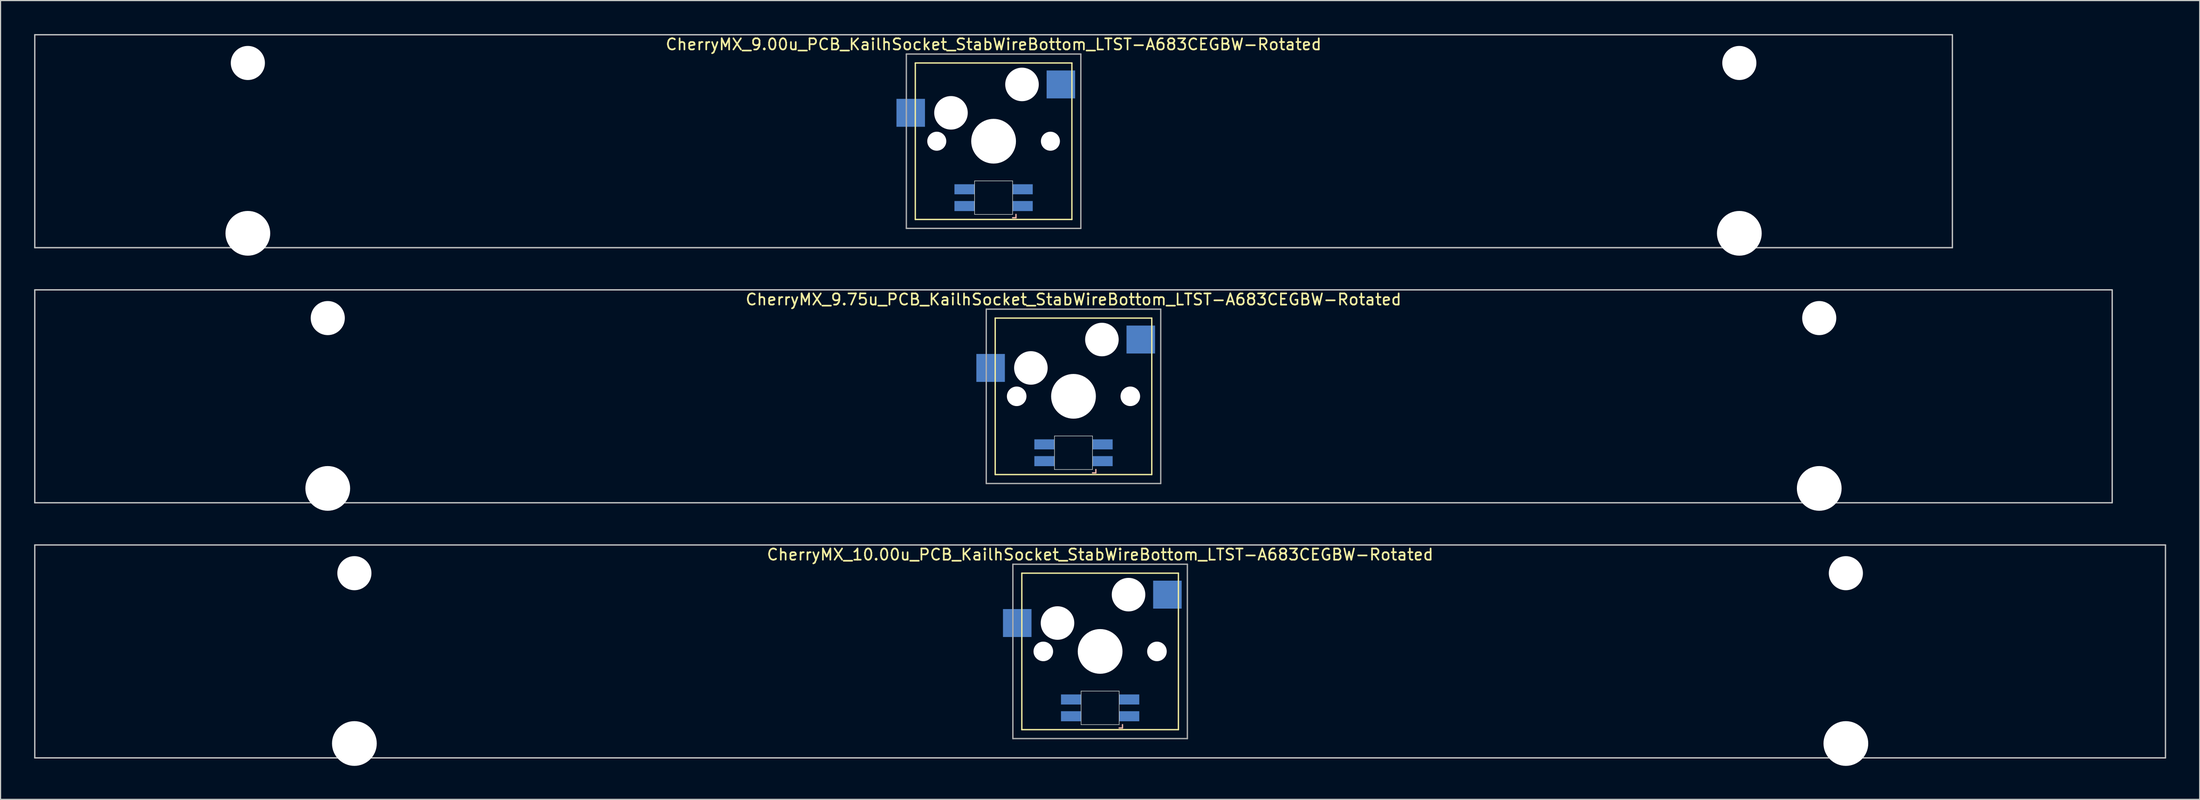
<source format=kicad_pcb>
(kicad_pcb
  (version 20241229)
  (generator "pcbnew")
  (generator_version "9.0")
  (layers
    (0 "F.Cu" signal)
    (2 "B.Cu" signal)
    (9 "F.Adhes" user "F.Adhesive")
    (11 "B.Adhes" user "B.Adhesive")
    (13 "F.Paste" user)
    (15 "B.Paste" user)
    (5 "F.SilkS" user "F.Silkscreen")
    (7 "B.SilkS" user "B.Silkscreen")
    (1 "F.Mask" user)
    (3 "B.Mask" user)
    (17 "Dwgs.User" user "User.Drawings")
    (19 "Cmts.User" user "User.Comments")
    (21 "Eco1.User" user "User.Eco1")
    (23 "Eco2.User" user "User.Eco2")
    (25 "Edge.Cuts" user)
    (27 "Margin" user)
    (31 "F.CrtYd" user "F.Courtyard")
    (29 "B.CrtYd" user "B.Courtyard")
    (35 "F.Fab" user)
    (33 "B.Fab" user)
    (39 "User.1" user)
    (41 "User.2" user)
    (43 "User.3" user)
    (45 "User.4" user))
  (footprint "CherryMX_9.75u_PCB_KailhSocket_StabWireBottom_LTST-A683CEGBW-Rotated"
    (layer "F.Cu")
    (at 92.929 32.41)
    (property "Reference" "CherryMX_9.75u_PCB_KailhSocket_StabWireBottom_LTST-A683CEGBW-Rotated" (at 0 -8.662 0) (layer "F.SilkS") (effects (font (size 1 1) (thickness 0.15))))
    (attr through_hole)
    (fp_line (start -7 -7) (end -7 7) (stroke (width 0.12) (type solid)) (layer "F.SilkS"))
    (fp_line (start -7 -7) (end 7 -7) (stroke (width 0.12) (type solid)) (layer "F.SilkS"))
    (fp_line (start 7 -7) (end 7 7) (stroke (width 0.12) (type solid)) (layer "F.SilkS"))
    (fp_line (start 7 7) (end -7 7) (stroke (width 0.12) (type solid)) (layer "F.SilkS"))
    (fp_line (start 1.7 6.85) (end 2 6.85) (stroke (width 0.12) (type solid)) (layer "B.SilkS"))
    (fp_line (start 2 6.85) (end 2 6.55) (stroke (width 0.12) (type solid)) (layer "B.SilkS"))
    (fp_line (start -92.869 -9.525) (end 92.869 -9.525) (stroke (width 0.12) (type solid)) (layer "Dwgs.User"))
    (fp_line (start -92.869 9.525) (end -92.869 -9.525) (stroke (width 0.12) (type solid)) (layer "Dwgs.User"))
    (fp_line (start 92.869 -9.525) (end 92.869 9.525) (stroke (width 0.12) (type solid)) (layer "Dwgs.User"))
    (fp_line (start 92.869 9.525) (end -92.869 9.525) (stroke (width 0.12) (type solid)) (layer "Dwgs.User"))
    (fp_line (start -1.7 3.55) (end 1.7 3.55) (stroke (width 0.05) (type solid)) (layer "Edge.Cuts"))
    (fp_line (start -1.7 6.55) (end -1.7 3.55) (stroke (width 0.05) (type solid)) (layer "Edge.Cuts"))
    (fp_line (start 1.7 3.55) (end 1.7 6.55) (stroke (width 0.05) (type solid)) (layer "Edge.Cuts"))
    (fp_line (start 1.7 6.55) (end -1.7 6.55) (stroke (width 0.05) (type solid)) (layer "Edge.Cuts"))
    (fp_line (start -7.8 -7.8) (end -7.8 7.8) (stroke (width 0.12) (type solid)) (layer "F.Fab"))
    (fp_line (start -7.8 -7.8) (end 7.8 -7.8) (stroke (width 0.12) (type solid)) (layer "F.Fab"))
    (fp_line (start -7.8 7.8) (end 7.8 7.8) (stroke (width 0.12) (type solid)) (layer "F.Fab"))
    (fp_line (start 7.8 -7.8) (end 7.8 7.8) (stroke (width 0.12) (type solid)) (layer "F.Fab"))
    (pad "" np_thru_hole circle (at -66.675 -7) (size 3.05 3.05) (drill 3.05) (layers "*.Cu" "*.Mask"))
    (pad "" np_thru_hole circle (at -66.675 8.24) (size 4 4) (drill 4) (layers "*.Cu" "*.Mask"))
    (pad "" np_thru_hole circle (at -5.08 0) (size 1.75 1.75) (drill 1.75) (layers "*.Cu" "*.Mask"))
    (pad "" np_thru_hole circle (at -3.81 -2.54) (size 3 3) (drill 3) (layers "*.Cu" "*.Mask"))
    (pad "" np_thru_hole circle (at 0 0) (size 4 4) (drill 4) (layers "*.Cu" "*.Mask"))
    (pad "" np_thru_hole circle (at 2.54 -5.08) (size 3 3) (drill 3) (layers "*.Cu" "*.Mask"))
    (pad "" np_thru_hole circle (at 5.08 0) (size 1.75 1.75) (drill 1.75) (layers "*.Cu" "*.Mask"))
    (pad "" np_thru_hole circle (at 66.675 -7) (size 3.05 3.05) (drill 3.05) (layers "*.Cu" "*.Mask"))
    (pad "" np_thru_hole circle (at 66.675 8.24) (size 4 4) (drill 4) (layers "*.Cu" "*.Mask"))
    (pad "1" smd rect (at -7.41 -2.54) (size 2.55 2.5) (layers "B.Cu" "B.Mask" "B.Paste"))
    (pad "2" smd rect (at 6.015 -5.08) (size 2.55 2.5) (layers "B.Cu" "B.Mask" "B.Paste"))
    (pad "3" smd rect (at 2.6 5.8 180) (size 1.8 0.9) (layers "B.Cu" "B.Mask" "B.Paste"))
    (pad "4" smd rect (at 2.6 4.3 180) (size 1.8 0.9) (layers "B.Cu" "B.Mask" "B.Paste"))
    (pad "5" smd rect (at -2.6 5.8 180) (size 1.8 0.9) (layers "B.Cu" "B.Mask" "B.Paste"))
    (pad "6" smd rect (at -2.6 4.3 180) (size 1.8 0.9) (layers "B.Cu" "B.Mask" "B.Paste")))
  (footprint "CherryMX_10.00u_PCB_KailhSocket_StabWireBottom_LTST-A683CEGBW-Rotated"
    (layer "F.Cu")
    (at 95.31 55.235)
    (property "Reference" "CherryMX_10.00u_PCB_KailhSocket_StabWireBottom_LTST-A683CEGBW-Rotated" (at 0 -8.662 0) (layer "F.SilkS") (effects (font (size 1 1) (thickness 0.15))))
    (attr through_hole)
    (fp_line (start -7 -7) (end -7 7) (stroke (width 0.12) (type solid)) (layer "F.SilkS"))
    (fp_line (start -7 -7) (end 7 -7) (stroke (width 0.12) (type solid)) (layer "F.SilkS"))
    (fp_line (start 7 -7) (end 7 7) (stroke (width 0.12) (type solid)) (layer "F.SilkS"))
    (fp_line (start 7 7) (end -7 7) (stroke (width 0.12) (type solid)) (layer "F.SilkS"))
    (fp_line (start 1.7 6.85) (end 2 6.85) (stroke (width 0.12) (type solid)) (layer "B.SilkS"))
    (fp_line (start 2 6.85) (end 2 6.55) (stroke (width 0.12) (type solid)) (layer "B.SilkS"))
    (fp_line (start -95.25 -9.525) (end 95.25 -9.525) (stroke (width 0.12) (type solid)) (layer "Dwgs.User"))
    (fp_line (start -95.25 9.525) (end -95.25 -9.525) (stroke (width 0.12) (type solid)) (layer "Dwgs.User"))
    (fp_line (start 95.25 -9.525) (end 95.25 9.525) (stroke (width 0.12) (type solid)) (layer "Dwgs.User"))
    (fp_line (start 95.25 9.525) (end -95.25 9.525) (stroke (width 0.12) (type solid)) (layer "Dwgs.User"))
    (fp_line (start -1.7 3.55) (end 1.7 3.55) (stroke (width 0.05) (type solid)) (layer "Edge.Cuts"))
    (fp_line (start -1.7 6.55) (end -1.7 3.55) (stroke (width 0.05) (type solid)) (layer "Edge.Cuts"))
    (fp_line (start 1.7 3.55) (end 1.7 6.55) (stroke (width 0.05) (type solid)) (layer "Edge.Cuts"))
    (fp_line (start 1.7 6.55) (end -1.7 6.55) (stroke (width 0.05) (type solid)) (layer "Edge.Cuts"))
    (fp_line (start -7.8 -7.8) (end -7.8 7.8) (stroke (width 0.12) (type solid)) (layer "F.Fab"))
    (fp_line (start -7.8 -7.8) (end 7.8 -7.8) (stroke (width 0.12) (type solid)) (layer "F.Fab"))
    (fp_line (start -7.8 7.8) (end 7.8 7.8) (stroke (width 0.12) (type solid)) (layer "F.Fab"))
    (fp_line (start 7.8 -7.8) (end 7.8 7.8) (stroke (width 0.12) (type solid)) (layer "F.Fab"))
    (pad "" np_thru_hole circle (at -66.675 -7) (size 3.05 3.05) (drill 3.05) (layers "*.Cu" "*.Mask"))
    (pad "" np_thru_hole circle (at -66.675 8.24) (size 4 4) (drill 4) (layers "*.Cu" "*.Mask"))
    (pad "" np_thru_hole circle (at -5.08 0) (size 1.75 1.75) (drill 1.75) (layers "*.Cu" "*.Mask"))
    (pad "" np_thru_hole circle (at -3.81 -2.54) (size 3 3) (drill 3) (layers "*.Cu" "*.Mask"))
    (pad "" np_thru_hole circle (at 0 0) (size 4 4) (drill 4) (layers "*.Cu" "*.Mask"))
    (pad "" np_thru_hole circle (at 2.54 -5.08) (size 3 3) (drill 3) (layers "*.Cu" "*.Mask"))
    (pad "" np_thru_hole circle (at 5.08 0) (size 1.75 1.75) (drill 1.75) (layers "*.Cu" "*.Mask"))
    (pad "" np_thru_hole circle (at 66.675 -7) (size 3.05 3.05) (drill 3.05) (layers "*.Cu" "*.Mask"))
    (pad "" np_thru_hole circle (at 66.675 8.24) (size 4 4) (drill 4) (layers "*.Cu" "*.Mask"))
    (pad "1" smd rect (at -7.41 -2.54) (size 2.55 2.5) (layers "B.Cu" "B.Mask" "B.Paste"))
    (pad "2" smd rect (at 6.015 -5.08) (size 2.55 2.5) (layers "B.Cu" "B.Mask" "B.Paste"))
    (pad "3" smd rect (at 2.6 5.8 180) (size 1.8 0.9) (layers "B.Cu" "B.Mask" "B.Paste"))
    (pad "4" smd rect (at 2.6 4.3 180) (size 1.8 0.9) (layers "B.Cu" "B.Mask" "B.Paste"))
    (pad "5" smd rect (at -2.6 5.8 180) (size 1.8 0.9) (layers "B.Cu" "B.Mask" "B.Paste"))
    (pad "6" smd rect (at -2.6 4.3 180) (size 1.8 0.9) (layers "B.Cu" "B.Mask" "B.Paste")))
  (footprint "CherryMX_9.00u_PCB_KailhSocket_StabWireBottom_LTST-A683CEGBW-Rotated"
    (layer "F.Cu")
    (at 85.785 9.585)
    (property "Reference" "CherryMX_9.00u_PCB_KailhSocket_StabWireBottom_LTST-A683CEGBW-Rotated" (at 0 -8.662 0) (layer "F.SilkS") (effects (font (size 1 1) (thickness 0.15))))
    (attr through_hole)
    (fp_line (start -7 -7) (end -7 7) (stroke (width 0.12) (type solid)) (layer "F.SilkS"))
    (fp_line (start -7 -7) (end 7 -7) (stroke (width 0.12) (type solid)) (layer "F.SilkS"))
    (fp_line (start 7 -7) (end 7 7) (stroke (width 0.12) (type solid)) (layer "F.SilkS"))
    (fp_line (start 7 7) (end -7 7) (stroke (width 0.12) (type solid)) (layer "F.SilkS"))
    (fp_line (start 1.7 6.85) (end 2 6.85) (stroke (width 0.12) (type solid)) (layer "B.SilkS"))
    (fp_line (start 2 6.85) (end 2 6.55) (stroke (width 0.12) (type solid)) (layer "B.SilkS"))
    (fp_line (start -85.725 -9.525) (end 85.725 -9.525) (stroke (width 0.12) (type solid)) (layer "Dwgs.User"))
    (fp_line (start -85.725 9.525) (end -85.725 -9.525) (stroke (width 0.12) (type solid)) (layer "Dwgs.User"))
    (fp_line (start 85.725 -9.525) (end 85.725 9.525) (stroke (width 0.12) (type solid)) (layer "Dwgs.User"))
    (fp_line (start 85.725 9.525) (end -85.725 9.525) (stroke (width 0.12) (type solid)) (layer "Dwgs.User"))
    (fp_line (start -1.7 3.55) (end 1.7 3.55) (stroke (width 0.05) (type solid)) (layer "Edge.Cuts"))
    (fp_line (start -1.7 6.55) (end -1.7 3.55) (stroke (width 0.05) (type solid)) (layer "Edge.Cuts"))
    (fp_line (start 1.7 3.55) (end 1.7 6.55) (stroke (width 0.05) (type solid)) (layer "Edge.Cuts"))
    (fp_line (start 1.7 6.55) (end -1.7 6.55) (stroke (width 0.05) (type solid)) (layer "Edge.Cuts"))
    (fp_line (start -7.8 -7.8) (end -7.8 7.8) (stroke (width 0.12) (type solid)) (layer "F.Fab"))
    (fp_line (start -7.8 -7.8) (end 7.8 -7.8) (stroke (width 0.12) (type solid)) (layer "F.Fab"))
    (fp_line (start -7.8 7.8) (end 7.8 7.8) (stroke (width 0.12) (type solid)) (layer "F.Fab"))
    (fp_line (start 7.8 -7.8) (end 7.8 7.8) (stroke (width 0.12) (type solid)) (layer "F.Fab"))
    (pad "" np_thru_hole circle (at -66.675 -7) (size 3.05 3.05) (drill 3.05) (layers "*.Cu" "*.Mask"))
    (pad "" np_thru_hole circle (at -66.675 8.24) (size 4 4) (drill 4) (layers "*.Cu" "*.Mask"))
    (pad "" np_thru_hole circle (at -5.08 0) (size 1.7 1.7) (drill 1.7) (layers "*.Cu" "*.Mask"))
    (pad "" np_thru_hole circle (at -3.81 -2.54) (size 3 3) (drill 3) (layers "*.Cu" "*.Mask"))
    (pad "" np_thru_hole circle (at 0 0) (size 4 4) (drill 4) (layers "*.Cu" "*.Mask"))
    (pad "" np_thru_hole circle (at 2.54 -5.08) (size 3 3) (drill 3) (layers "*.Cu" "*.Mask"))
    (pad "" np_thru_hole circle (at 5.08 0) (size 1.7 1.7) (drill 1.7) (layers "*.Cu" "*.Mask"))
    (pad "" np_thru_hole circle (at 66.675 -7) (size 3.05 3.05) (drill 3.05) (layers "*.Cu" "*.Mask"))
    (pad "" np_thru_hole circle (at 66.675 8.24) (size 4 4) (drill 4) (layers "*.Cu" "*.Mask"))
    (pad "1" smd rect (at -7.41 -2.54) (size 2.55 2.5) (layers "B.Cu" "B.Mask" "B.Paste"))
    (pad "2" smd rect (at 6.015 -5.08) (size 2.55 2.5) (layers "B.Cu" "B.Mask" "B.Paste"))
    (pad "3" smd rect (at 2.6 5.8 180) (size 1.8 0.9) (layers "B.Cu" "B.Mask" "B.Paste"))
    (pad "4" smd rect (at 2.6 4.3 180) (size 1.8 0.9) (layers "B.Cu" "B.Mask" "B.Paste"))
    (pad "5" smd rect (at -2.6 5.8 180) (size 1.8 0.9) (layers "B.Cu" "B.Mask" "B.Paste"))
    (pad "6" smd rect (at -2.6 4.3 180) (size 1.8 0.9) (layers "B.Cu" "B.Mask" "B.Paste")))
  (gr_rect
    (start -3 -3)
    (end 193.62 68.475)
    (stroke (width 0.1) (type default))
    (fill no)
    (layer "Edge.Cuts")))
</source>
